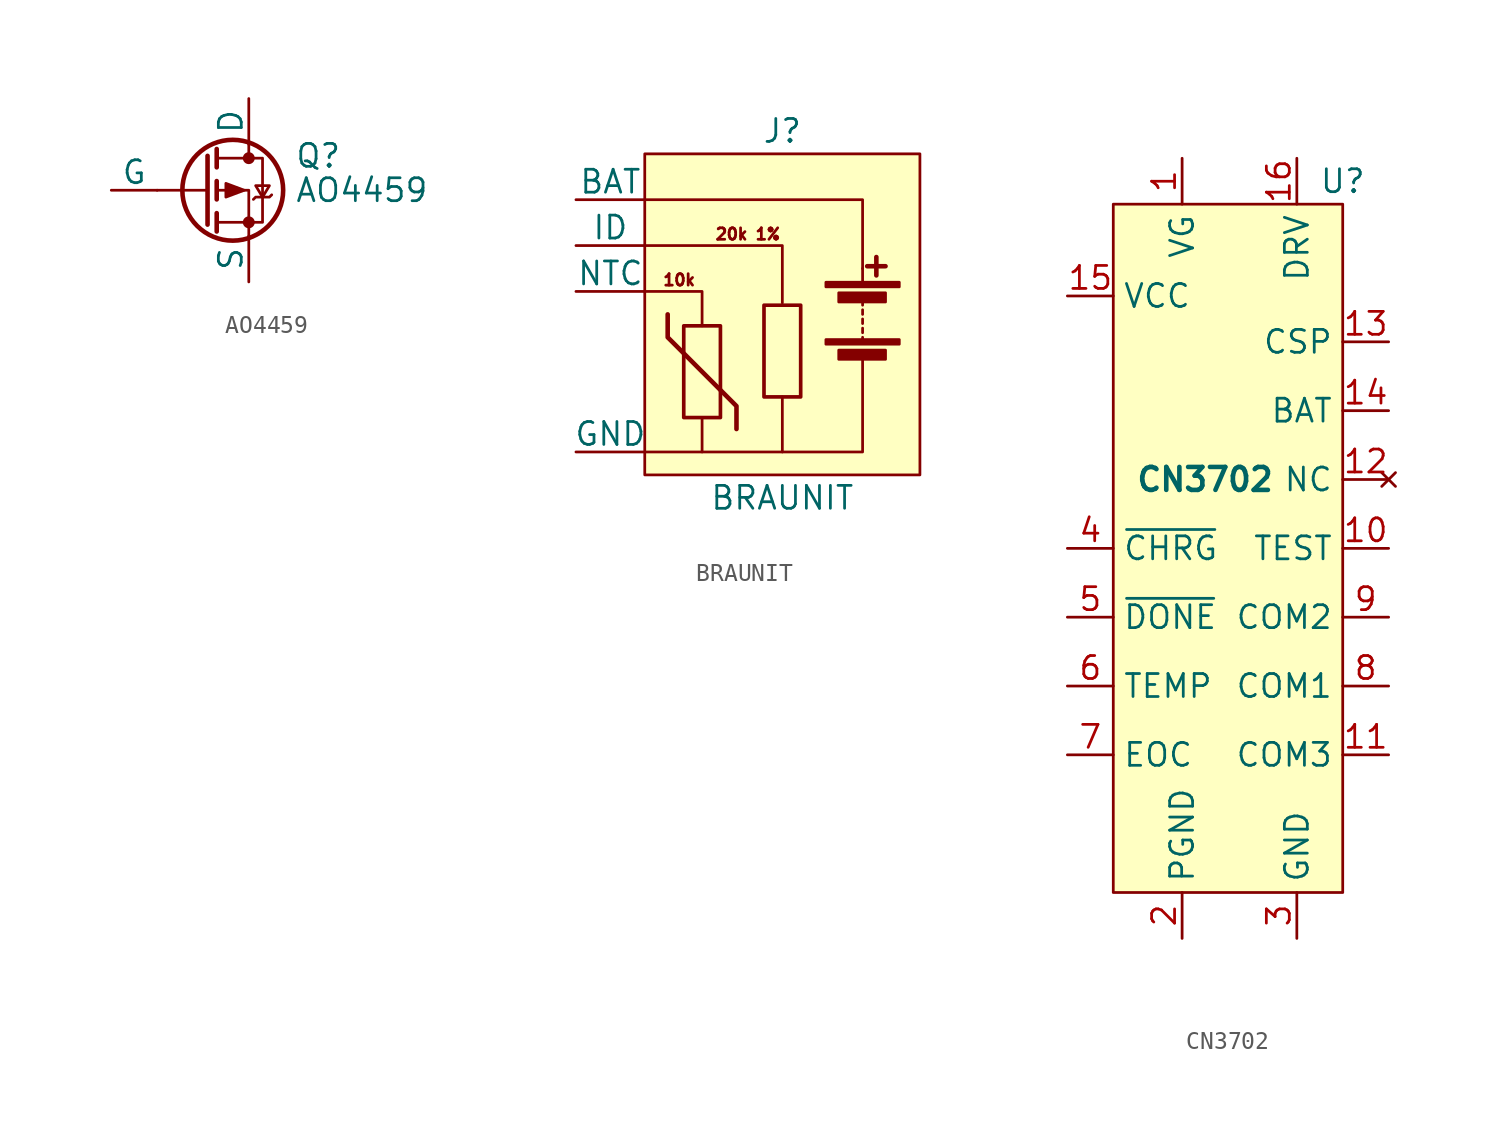
<source format=kicad_sym>
(kicad_symbol_lib
  (version 20211014)
  (generator kicad_symbol_editor)
  (symbol "AO4459"
    (pin_numbers hide)
    (pin_names
      (offset 0))
    (property "Reference" "Q"
      (at 5.08 1.905 0)
      (effects (font (size 1.27 1.27)) (justify left)))
    (property "Value" "AO4459"
      (at 5.08 0 0)
      (effects (font (size 1.27 1.27)) (justify left)))
    (symbol "AO4459_0_1"
      (polyline (pts (xy 0.254 0) (xy -2.54 0)) (stroke (width 0) (type default) (color 0 0 0 0)) (fill (type none)))
      (polyline (pts (xy 0.254 1.905) (xy 0.254 -1.905)) (stroke (width 0.254) (type default) (color 0 0 0 0)) (fill (type none)))
      (polyline (pts (xy 0.762 -1.27) (xy 0.762 -2.286)) (stroke (width 0.254) (type default) (color 0 0 0 0)) (fill (type none)))
      (polyline (pts (xy 0.762 0.508) (xy 0.762 -0.508)) (stroke (width 0.254) (type default) (color 0 0 0 0)) (fill (type none)))
      (polyline (pts (xy 0.762 2.286) (xy 0.762 1.27)) (stroke (width 0.254) (type default) (color 0 0 0 0)) (fill (type none)))
      (polyline (pts (xy 2.54 2.54) (xy 2.54 1.778)) (stroke (width 0) (type default) (color 0 0 0 0)) (fill (type none)))
      (polyline (pts (xy 2.54 -2.54) (xy 2.54 0) (xy 0.762 0)) (stroke (width 0) (type default) (color 0 0 0 0)) (fill (type none)))
      (polyline (pts (xy 0.762 1.778) (xy 3.302 1.778) (xy 3.302 -1.778) (xy 0.762 -1.778)) (stroke (width 0) (type default) (color 0 0 0 0)) (fill (type none)))
      (polyline (pts (xy 2.286 0) (xy 1.27 0.381) (xy 1.27 -0.381) (xy 2.286 0)) (stroke (width 0) (type default) (color 0 0 0 0)) (fill (type outline)))
      (polyline (pts (xy 2.794 -0.508) (xy 2.921 -0.381) (xy 3.683 -0.381) (xy 3.81 -0.254)) (stroke (width 0) (type default) (color 0 0 0 0)) (fill (type none)))
      (polyline (pts (xy 3.302 -0.381) (xy 2.921 0.254) (xy 3.683 0.254) (xy 3.302 -0.381)) (stroke (width 0) (type default) (color 0 0 0 0)) (fill (type none)))
      (circle (center 1.651 0) (radius 2.794) (stroke (width 0.254) (type default) (color 0 0 0 0)) (fill (type none)))
      (circle (center 2.54 -1.778) (radius 0.254) (stroke (width 0) (type default) (color 0 0 0 0)) (fill (type outline)))
      (circle (center 2.54 1.778) (radius 0.254) (stroke (width 0) (type default) (color 0 0 0 0)) (fill (type outline))))
    (symbol "AO4459_1_1"
      (pin passive line (at 2.54 -5.08 90) (length 2.54) (name "S" (effects (font (size 1.27 1.27)))) (number "1" (effects (font (size 1.27 1.27)))))
      (pin passive line (at 2.54 -5.08 90) (length 2.54) hide (name "S" (effects (font (size 1.27 1.27)))) (number "2" (effects (font (size 1.27 1.27)))))
      (pin passive line (at 2.54 -5.08 90) (length 2.54) hide (name "S" (effects (font (size 1.27 1.27)))) (number "3" (effects (font (size 1.27 1.27)))))
      (pin input line (at -5.08 0 0) (length 2.54) (name "G" (effects (font (size 1.27 1.27)))) (number "4" (effects (font (size 1.27 1.27)))))
      (pin passive line (at 2.54 5.08 270) (length 2.54) (name "D" (effects (font (size 1.27 1.27)))) (number "5" (effects (font (size 1.27 1.27)))))
      (pin passive line (at 2.54 5.08 270) (length 2.54) hide (name "D" (effects (font (size 1.27 1.27)))) (number "6" (effects (font (size 1.27 1.27)))))
      (pin passive line (at 2.54 5.08 270) (length 2.54) hide (name "D" (effects (font (size 1.27 1.27)))) (number "7" (effects (font (size 1.27 1.27)))))
      (pin passive line (at 2.54 5.08 270) (length 2.54) hide (name "D" (effects (font (size 1.27 1.27)))) (number "8" (effects (font (size 1.27 1.27)))))))
  (symbol "BRAUNIT"
    (pin_numbers hide)
    (pin_names
      (offset 0))
    (property "Reference" "J"
      (at 0 10.16 0)
      (effects (font (size 1.27 1.27))))
    (property "Value" "BRAUNIT"
      (at 0 -10.16 0)
      (effects (font (size 1.27 1.27))))
    (symbol "BRAUNIT_0_0"
      (text "10k" (at -5.715 1.905 0) (effects (font (size 0.635 0.635))))
      (text "20k 1%" (at -1.905 4.445 0) (effects (font (size 0.635 0.635)))))
    (symbol "BRAUNIT_0_1"
      (rectangle (start -7.62 8.89) (end 7.62 -8.89) (stroke (width 0) (type default) (color 0 0 0 0)) (fill (type background)))
      (rectangle (start -5.461 -0.635) (end -3.429 -5.715) (stroke (width 0.203) (type default) (color 0 0 0 0)) (fill (type none)))
      (rectangle (start -1.016 0.508) (end 1.016 -4.572) (stroke (width 0.203) (type default) (color 0 0 0 0)) (fill (type none)))
      (polyline (pts (xy 4.445 -1.524) (xy 4.445 -1.27)) (stroke (width 0) (type default) (color 0 0 0 0)) (fill (type none)))
      (polyline (pts (xy 4.445 -1.016) (xy 4.445 -0.762)) (stroke (width 0) (type default) (color 0 0 0 0)) (fill (type none)))
      (polyline (pts (xy 4.445 -0.508) (xy 4.445 -0.254)) (stroke (width 0) (type default) (color 0 0 0 0)) (fill (type none)))
      (polyline (pts (xy 4.445 0) (xy 4.445 0.254)) (stroke (width 0) (type default) (color 0 0 0 0)) (fill (type none)))
      (polyline (pts (xy 4.445 0.508) (xy 4.445 0.762)) (stroke (width 0) (type default) (color 0 0 0 0)) (fill (type none)))
      (polyline (pts (xy 4.445 1.778) (xy 4.445 2.54)) (stroke (width 0) (type default) (color 0 0 0 0)) (fill (type none)))
      (polyline (pts (xy 4.699 2.667) (xy 5.715 2.667)) (stroke (width 0.254) (type default) (color 0 0 0 0)) (fill (type none)))
      (polyline (pts (xy 5.207 3.175) (xy 5.207 2.159)) (stroke (width 0.254) (type default) (color 0 0 0 0)) (fill (type none)))
      (polyline (pts (xy -7.62 -7.62) (xy -4.445 -7.62) (xy -4.445 -5.715)) (stroke (width 0) (type default) (color 0 0 0 0)) (fill (type none)))
      (polyline (pts (xy -7.62 1.27) (xy -4.445 1.27) (xy -4.445 -0.635)) (stroke (width 0) (type default) (color 0 0 0 0)) (fill (type none)))
      (polyline (pts (xy -7.62 3.81) (xy 0 3.81) (xy 0 0.635)) (stroke (width 0) (type default) (color 0 0 0 0)) (fill (type none)))
      (polyline (pts (xy -7.62 6.35) (xy 4.445 6.35) (xy 4.445 2.54)) (stroke (width 0) (type default) (color 0 0 0 0)) (fill (type none)))
      (polyline (pts (xy -4.445 -7.62) (xy 0 -7.62) (xy 0 -4.572)) (stroke (width 0) (type default) (color 0 0 0 0)) (fill (type none)))
      (polyline (pts (xy 0 -7.62) (xy 4.445 -7.62) (xy 4.445 -2.54)) (stroke (width 0) (type default) (color 0 0 0 0)) (fill (type none)))
      (polyline (pts (xy -6.35 0) (xy -6.35 -1.27) (xy -2.54 -5.08) (xy -2.54 -6.35) (xy -2.54 -6.35)) (stroke (width 0.254) (type default) (color 0 0 0 0)) (fill (type none)))
      (rectangle (start 2.413 -1.397) (end 6.477 -1.651) (stroke (width 0) (type default) (color 0 0 0 0)) (fill (type outline)))
      (rectangle (start 2.413 1.778) (end 6.477 1.524) (stroke (width 0) (type default) (color 0 0 0 0)) (fill (type outline)))
      (rectangle (start 3.124 -1.981) (end 5.715 -2.489) (stroke (width 0) (type default) (color 0 0 0 0)) (fill (type outline)))
      (rectangle (start 3.124 1.194) (end 5.715 0.686) (stroke (width 0) (type default) (color 0 0 0 0)) (fill (type outline))))
    (symbol "BRAUNIT_1_1"
      (pin passive line (at -11.43 6.35 0) (length 3.81) (name "BAT" (effects (font (size 1.27 1.27)))) (number "1" (effects (font (size 1.27 1.27)))))
      (pin passive line (at -11.43 3.81 0) (length 3.81) (name "ID" (effects (font (size 1.27 1.27)))) (number "2" (effects (font (size 1.27 1.27)))))
      (pin passive line (at -11.43 1.27 0) (length 3.81) (name "NTC" (effects (font (size 1.27 1.27)))) (number "3" (effects (font (size 1.27 1.27)))))
      (pin passive line (at -11.43 -7.62 0) (length 3.81) (name "GND" (effects (font (size 1.27 1.27)))) (number "4" (effects (font (size 1.27 1.27)))))))
  (symbol "CN3702"
    (property "Reference" "U"
      (at 6.35 20.32 0)
      (effects (font (size 1.27 1.27))))
    (property "Value" "CN3702"
      (at -1.27 3.81 0)
      (effects (font (size 1.27 1.27) bold)))
    (symbol "CN3702_0_1"
      (rectangle (start -6.35 19.05) (end 6.35 -19.05) (stroke (width 0) (type default) (color 0 0 0 0)) (fill (type background))))
    (symbol "CN3702_1_1"
      (pin passive line (at -2.54 21.59 270) (length 2.54) (name "VG" (effects (font (size 1.27 1.27)))) (number "1" (effects (font (size 1.27 1.27)))))
      (pin power_in line (at 8.89 0 180) (length 2.54) (name "TEST" (effects (font (size 1.27 1.27)))) (number "10" (effects (font (size 1.27 1.27)))))
      (pin passive line (at 8.89 -11.43 180) (length 2.54) (name "COM3" (effects (font (size 1.27 1.27)))) (number "11" (effects (font (size 1.27 1.27)))))
      (pin no_connect line (at 8.89 3.81 180) (length 2.54) (name "NC" (effects (font (size 1.27 1.27)))) (number "12" (effects (font (size 1.27 1.27)))))
      (pin input line (at 8.89 11.43 180) (length 2.54) (name "CSP" (effects (font (size 1.27 1.27)))) (number "13" (effects (font (size 1.27 1.27)))))
      (pin input line (at 8.89 7.62 180) (length 2.54) (name "BAT" (effects (font (size 1.27 1.27)))) (number "14" (effects (font (size 1.27 1.27)))))
      (pin power_in line (at -8.89 13.97 0) (length 2.54) (name "VCC" (effects (font (size 1.27 1.27)))) (number "15" (effects (font (size 1.27 1.27)))))
      (pin output line (at 3.81 21.59 270) (length 2.54) (name "DRV" (effects (font (size 1.27 1.27)))) (number "16" (effects (font (size 1.27 1.27)))))
      (pin power_in line (at -2.54 -21.59 90) (length 2.54) (name "PGND" (effects (font (size 1.27 1.27)))) (number "2" (effects (font (size 1.27 1.27)))))
      (pin passive line (at 3.81 -21.59 90) (length 2.54) (name "GND" (effects (font (size 1.27 1.27)))) (number "3" (effects (font (size 1.27 1.27)))))
      (pin open_collector line (at -8.89 0 0) (length 2.54) (name "~{CHRG}" (effects (font (size 1.27 1.27)))) (number "4" (effects (font (size 1.27 1.27)))))
      (pin open_collector line (at -8.89 -3.81 0) (length 2.54) (name "~{DONE}" (effects (font (size 1.27 1.27)))) (number "5" (effects (font (size 1.27 1.27)))))
      (pin input line (at -8.89 -7.62 0) (length 2.54) (name "TEMP" (effects (font (size 1.27 1.27)))) (number "6" (effects (font (size 1.27 1.27)))))
      (pin passive line (at -8.89 -11.43 0) (length 2.54) (name "EOC" (effects (font (size 1.27 1.27)))) (number "7" (effects (font (size 1.27 1.27)))))
      (pin passive line (at 8.89 -7.62 180) (length 2.54) (name "COM1" (effects (font (size 1.27 1.27)))) (number "8" (effects (font (size 1.27 1.27)))))
      (pin passive line (at 8.89 -3.81 180) (length 2.54) (name "COM2" (effects (font (size 1.27 1.27)))) (number "9" (effects (font (size 1.27 1.27))))))))
</source>
